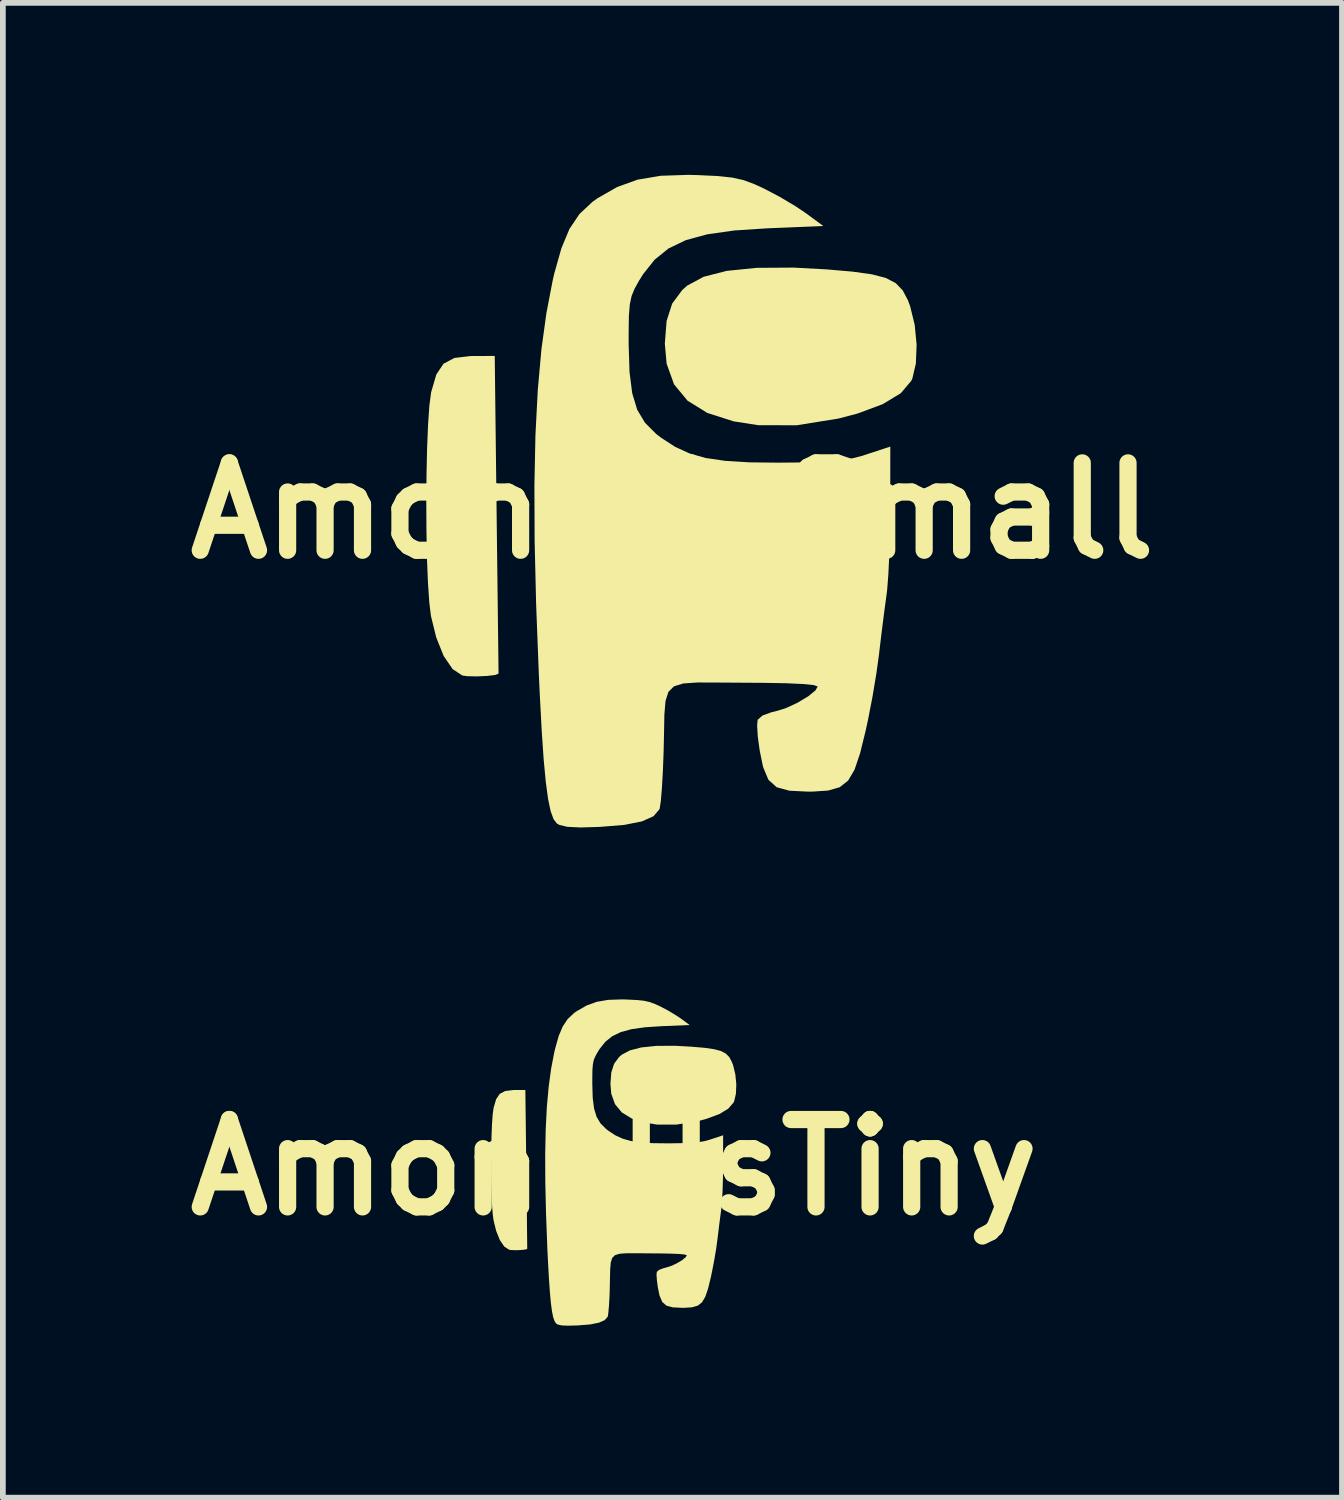
<source format=kicad_pcb>
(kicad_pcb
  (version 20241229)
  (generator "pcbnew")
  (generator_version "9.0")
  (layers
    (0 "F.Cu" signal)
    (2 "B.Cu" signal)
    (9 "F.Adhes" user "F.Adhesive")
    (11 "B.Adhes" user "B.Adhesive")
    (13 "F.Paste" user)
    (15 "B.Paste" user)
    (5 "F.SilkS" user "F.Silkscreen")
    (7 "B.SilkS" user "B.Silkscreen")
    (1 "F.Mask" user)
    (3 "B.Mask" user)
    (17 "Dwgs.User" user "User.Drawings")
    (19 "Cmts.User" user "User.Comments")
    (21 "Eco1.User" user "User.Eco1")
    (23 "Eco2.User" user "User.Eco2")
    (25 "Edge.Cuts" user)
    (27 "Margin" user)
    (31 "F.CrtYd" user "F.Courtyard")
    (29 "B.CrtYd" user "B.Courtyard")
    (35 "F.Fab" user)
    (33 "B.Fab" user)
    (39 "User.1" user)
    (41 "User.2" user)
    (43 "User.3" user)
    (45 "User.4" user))
  (footprint "AmongUsTiny"
    (layer "F.Cu")
    (at 7.664 17.313)
    (property "Reference" "AmongUsTiny" (at 0 0 0) (layer "F.SilkS") (effects (font (size 1.524 1.524) (thickness 0.3))))
    (attr board_only exclude_from_pos_files exclude_from_bom)
    (fp_poly (pts (xy 1.344 -2.105) (xy 1.57 -2.086) (xy 1.739 -2.062) (xy 1.862 -2.03) (xy 1.948 -1.984) (xy 2.009 -1.921) (xy 2.053 -1.836) (xy 2.074 -1.782) (xy 2.113 -1.621) (xy 2.13 -1.447) (xy 2.123 -1.284) (xy 2.093 -1.155) (xy 2.083 -1.133) (xy 1.991 -1.025) (xy 1.835 -0.93) (xy 1.614 -0.848) (xy 1.446 -0.803) (xy 1.084 -0.746) (xy 0.749 -0.746) (xy 0.533 -0.78) (xy 0.304 -0.853) (xy 0.132 -0.959) (xy 0.014 -1.102) (xy -0.051 -1.283) (xy -0.066 -1.457) (xy -0.051 -1.655) (xy -0.002 -1.807) (xy 0.085 -1.925) (xy 0.13 -1.964) (xy 0.272 -2.04) (xy 0.473 -2.092) (xy 0.735 -2.119) (xy 1.058 -2.121)) (stroke (width 0) (type solid)) (fill yes) (layer "F.SilkS"))
    (fp_poly (pts (xy -1.533 0.033) (xy -1.53 0.33) (xy -1.526 0.605) (xy -1.523 0.851) (xy -1.521 1.062) (xy -1.519 1.231) (xy -1.518 1.35) (xy -1.517 1.413) (xy -1.517 1.421) (xy -1.546 1.433) (xy -1.617 1.441) (xy -1.707 1.445) (xy -1.789 1.443) (xy -1.833 1.437) (xy -1.918 1.381) (xy -1.995 1.268) (xy -2.06 1.106) (xy -2.106 0.918) (xy -2.121 0.797) (xy -2.133 0.626) (xy -2.141 0.416) (xy -2.146 0.181) (xy -2.147 -0.066) (xy -2.145 -0.312) (xy -2.14 -0.545) (xy -2.132 -0.752) (xy -2.12 -0.918) (xy -2.105 -1.032) (xy -2.104 -1.038) (xy -2.06 -1.188) (xy -1.997 -1.282) (xy -1.902 -1.332) (xy -1.763 -1.349) (xy -1.739 -1.349) (xy -1.55 -1.35)) (stroke (width 0) (type solid)) (fill yes) (layer "F.SilkS"))
    (fp_poly (pts (xy 0.229 -2.927) (xy 0.398 -2.919) (xy 0.521 -2.906) (xy 0.621 -2.883) (xy 0.717 -2.847) (xy 0.8 -2.809) (xy 0.937 -2.737) (xy 1.074 -2.655) (xy 1.166 -2.594) (xy 1.315 -2.483) (xy 0.833 -2.463) (xy 0.54 -2.444) (xy 0.305 -2.411) (xy 0.116 -2.36) (xy -0.034 -2.288) (xy -0.155 -2.19) (xy -0.256 -2.063) (xy -0.291 -2.007) (xy -0.33 -1.936) (xy -0.357 -1.872) (xy -0.372 -1.798) (xy -0.38 -1.7) (xy -0.382 -1.56) (xy -0.382 -1.45) (xy -0.375 -1.211) (xy -0.351 -1.025) (xy -0.307 -0.881) (xy -0.239 -0.767) (xy -0.142 -0.67) (xy -0.097 -0.635) (xy 0.023 -0.557) (xy 0.148 -0.5) (xy 0.29 -0.46) (xy 0.46 -0.435) (xy 0.673 -0.422) (xy 0.938 -0.419) (xy 0.95 -0.419) (xy 1.167 -0.422) (xy 1.332 -0.428) (xy 1.458 -0.438) (xy 1.562 -0.455) (xy 1.655 -0.479) (xy 1.692 -0.491) (xy 1.9 -0.56) (xy 1.899 -0.022) (xy 1.897 0.182) (xy 1.891 0.38) (xy 1.883 0.556) (xy 1.872 0.692) (xy 1.867 0.735) (xy 1.848 0.875) (xy 1.826 1.048) (xy 1.805 1.221) (xy 1.801 1.254) (xy 1.778 1.423) (xy 1.744 1.624) (xy 1.705 1.825) (xy 1.686 1.916) (xy 1.637 2.116) (xy 1.588 2.259) (xy 1.531 2.355) (xy 1.458 2.412) (xy 1.358 2.441) (xy 1.224 2.45) (xy 1.183 2.45) (xy 1.02 2.442) (xy 0.909 2.411) (xy 0.837 2.346) (xy 0.79 2.235) (xy 0.761 2.092) (xy 0.745 1.972) (xy 0.738 1.875) (xy 0.743 1.823) (xy 0.785 1.787) (xy 0.866 1.757) (xy 0.889 1.752) (xy 0.985 1.723) (xy 1.089 1.676) (xy 1.183 1.62) (xy 1.248 1.566) (xy 1.267 1.533) (xy 1.234 1.521) (xy 1.14 1.511) (xy 0.989 1.505) (xy 0.786 1.501) (xy 0.617 1.5) (xy 0.388 1.498) (xy 0.217 1.498) (xy 0.095 1.507) (xy 0.014 1.531) (xy -0.035 1.58) (xy -0.06 1.659) (xy -0.07 1.777) (xy -0.074 1.94) (xy -0.077 2.1) (xy -0.083 2.27) (xy -0.092 2.42) (xy -0.102 2.533) (xy -0.111 2.598) (xy -0.113 2.604) (xy -0.166 2.665) (xy -0.266 2.709) (xy -0.419 2.74) (xy -0.633 2.757) (xy -0.633 2.757) (xy -0.802 2.762) (xy -0.916 2.757) (xy -0.986 2.741) (xy -1.008 2.728) (xy -1.037 2.69) (xy -1.063 2.62) (xy -1.085 2.513) (xy -1.105 2.363) (xy -1.123 2.166) (xy -1.14 1.915) (xy -1.157 1.606) (xy -1.166 1.422) (xy -1.189 0.815) (xy -1.202 0.269) (xy -1.204 -0.221) (xy -1.195 -0.661) (xy -1.175 -1.054) (xy -1.143 -1.407) (xy -1.1 -1.723) (xy -1.045 -2.009) (xy -1.031 -2.068) (xy -0.969 -2.29) (xy -0.898 -2.458) (xy -0.811 -2.588) (xy -0.7 -2.692) (xy -0.653 -2.725) (xy -0.482 -2.823) (xy -0.304 -2.888) (xy -0.102 -2.922) (xy 0.142 -2.93)) (stroke (width 0) (type solid)) (fill yes) (layer "F.SilkS")))
  (footprint "AmongUsSmall"
    (layer "F.Cu")
    (at 8.68 5.859)
    (property "Reference" "AmongUsSmall" (at 0 0 0) (layer "F.SilkS") (effects (font (size 1.524 1.524) (thickness 0.3))))
    (attr board_only exclude_from_pos_files exclude_from_bom)
    (fp_poly (pts (xy 2.688 -4.21) (xy 3.139 -4.171) (xy 3.478 -4.124) (xy 3.723 -4.06) (xy 3.896 -3.969) (xy 4.017 -3.843) (xy 4.107 -3.673) (xy 4.147 -3.564) (xy 4.226 -3.241) (xy 4.259 -2.894) (xy 4.246 -2.568) (xy 4.186 -2.31) (xy 4.166 -2.266) (xy 3.983 -2.05) (xy 3.67 -1.86) (xy 3.228 -1.695) (xy 2.892 -1.607) (xy 2.168 -1.491) (xy 1.498 -1.492) (xy 1.067 -1.559) (xy 0.608 -1.706) (xy 0.264 -1.919) (xy 0.028 -2.204) (xy -0.102 -2.566) (xy -0.133 -2.915) (xy -0.102 -3.311) (xy -0.005 -3.613) (xy 0.171 -3.85) (xy 0.259 -3.928) (xy 0.544 -4.081) (xy 0.947 -4.184) (xy 1.47 -4.237) (xy 2.115 -4.241)) (stroke (width 0) (type solid)) (fill yes) (layer "F.SilkS"))
    (fp_poly (pts (xy -3.067 0.067) (xy -3.06 0.66) (xy -3.053 1.21) (xy -3.047 1.703) (xy -3.042 2.124) (xy -3.038 2.461) (xy -3.035 2.7) (xy -3.034 2.825) (xy -3.033 2.841) (xy -3.092 2.865) (xy -3.235 2.882) (xy -3.413 2.89) (xy -3.579 2.886) (xy -3.666 2.874) (xy -3.835 2.762) (xy -3.99 2.535) (xy -4.12 2.212) (xy -4.213 1.835) (xy -4.242 1.595) (xy -4.265 1.252) (xy -4.282 0.833) (xy -4.291 0.363) (xy -4.294 -0.132) (xy -4.29 -0.625) (xy -4.28 -1.091) (xy -4.263 -1.503) (xy -4.24 -1.837) (xy -4.21 -2.064) (xy -4.207 -2.076) (xy -4.119 -2.376) (xy -3.994 -2.564) (xy -3.804 -2.665) (xy -3.525 -2.698) (xy -3.478 -2.699) (xy -3.1 -2.7)) (stroke (width 0) (type solid)) (fill yes) (layer "F.SilkS"))
    (fp_poly (pts (xy 0.458 -5.854) (xy 0.796 -5.838) (xy 1.043 -5.811) (xy 1.241 -5.767) (xy 1.434 -5.695) (xy 1.6 -5.618) (xy 1.874 -5.474) (xy 2.148 -5.311) (xy 2.332 -5.187) (xy 2.631 -4.967) (xy 1.665 -4.927) (xy 1.081 -4.889) (xy 0.609 -4.822) (xy 0.233 -4.72) (xy -0.068 -4.575) (xy -0.31 -4.38) (xy -0.512 -4.126) (xy -0.582 -4.014) (xy -0.661 -3.872) (xy -0.713 -3.744) (xy -0.744 -3.597) (xy -0.76 -3.399) (xy -0.764 -3.119) (xy -0.764 -2.9) (xy -0.749 -2.422) (xy -0.702 -2.05) (xy -0.615 -1.762) (xy -0.478 -1.533) (xy -0.284 -1.339) (xy -0.193 -1.27) (xy 0.046 -1.115) (xy 0.296 -1) (xy 0.579 -0.92) (xy 0.921 -0.87) (xy 1.345 -0.844) (xy 1.877 -0.838) (xy 1.9 -0.839) (xy 2.334 -0.843) (xy 2.663 -0.855) (xy 2.917 -0.876) (xy 3.123 -0.91) (xy 3.311 -0.958) (xy 3.383 -0.982) (xy 3.8 -1.119) (xy 3.799 -0.043) (xy 3.794 0.363) (xy 3.783 0.76) (xy 3.766 1.112) (xy 3.745 1.383) (xy 3.734 1.47) (xy 3.696 1.75) (xy 3.652 2.096) (xy 3.61 2.443) (xy 3.603 2.508) (xy 3.556 2.845) (xy 3.489 3.247) (xy 3.411 3.649) (xy 3.371 3.833) (xy 3.273 4.232) (xy 3.176 4.518) (xy 3.063 4.709) (xy 2.915 4.824) (xy 2.717 4.881) (xy 2.449 4.899) (xy 2.367 4.9) (xy 2.04 4.884) (xy 1.817 4.823) (xy 1.673 4.692) (xy 1.581 4.471) (xy 1.522 4.184) (xy 1.489 3.944) (xy 1.477 3.749) (xy 1.486 3.647) (xy 1.57 3.573) (xy 1.733 3.513) (xy 1.778 3.504) (xy 1.97 3.447) (xy 2.178 3.351) (xy 2.366 3.239) (xy 2.496 3.133) (xy 2.533 3.066) (xy 2.468 3.042) (xy 2.28 3.023) (xy 1.978 3.009) (xy 1.573 3.002) (xy 1.235 3) (xy 0.776 2.997) (xy 0.434 2.996) (xy 0.19 3.013) (xy 0.027 3.063) (xy -0.07 3.159) (xy -0.121 3.318) (xy -0.141 3.553) (xy -0.147 3.88) (xy -0.154 4.2) (xy -0.167 4.541) (xy -0.184 4.839) (xy -0.203 5.067) (xy -0.223 5.196) (xy -0.227 5.208) (xy -0.332 5.33) (xy -0.532 5.419) (xy -0.839 5.48) (xy -1.266 5.515) (xy -1.267 5.515) (xy -1.605 5.525) (xy -1.832 5.514) (xy -1.972 5.481) (xy -2.016 5.456) (xy -2.074 5.38) (xy -2.125 5.24) (xy -2.17 5.025) (xy -2.21 4.726) (xy -2.247 4.332) (xy -2.281 3.83) (xy -2.314 3.212) (xy -2.331 2.845) (xy -2.378 1.631) (xy -2.404 0.538) (xy -2.408 -0.442) (xy -2.39 -1.321) (xy -2.349 -2.108) (xy -2.286 -2.813) (xy -2.199 -3.446) (xy -2.089 -4.018) (xy -2.062 -4.136) (xy -1.937 -4.579) (xy -1.796 -4.917) (xy -1.622 -5.176) (xy -1.4 -5.384) (xy -1.307 -5.451) (xy -0.964 -5.647) (xy -0.608 -5.775) (xy -0.203 -5.843) (xy 0.283 -5.859)) (stroke (width 0) (type solid)) (fill yes) (layer "F.SilkS")))
  (gr_rect
    (start -3 -3)
    (end 20.359 23.075)
    (stroke (width 0.1) (type default))
    (fill no)
    (layer "Edge.Cuts")))
</source>
